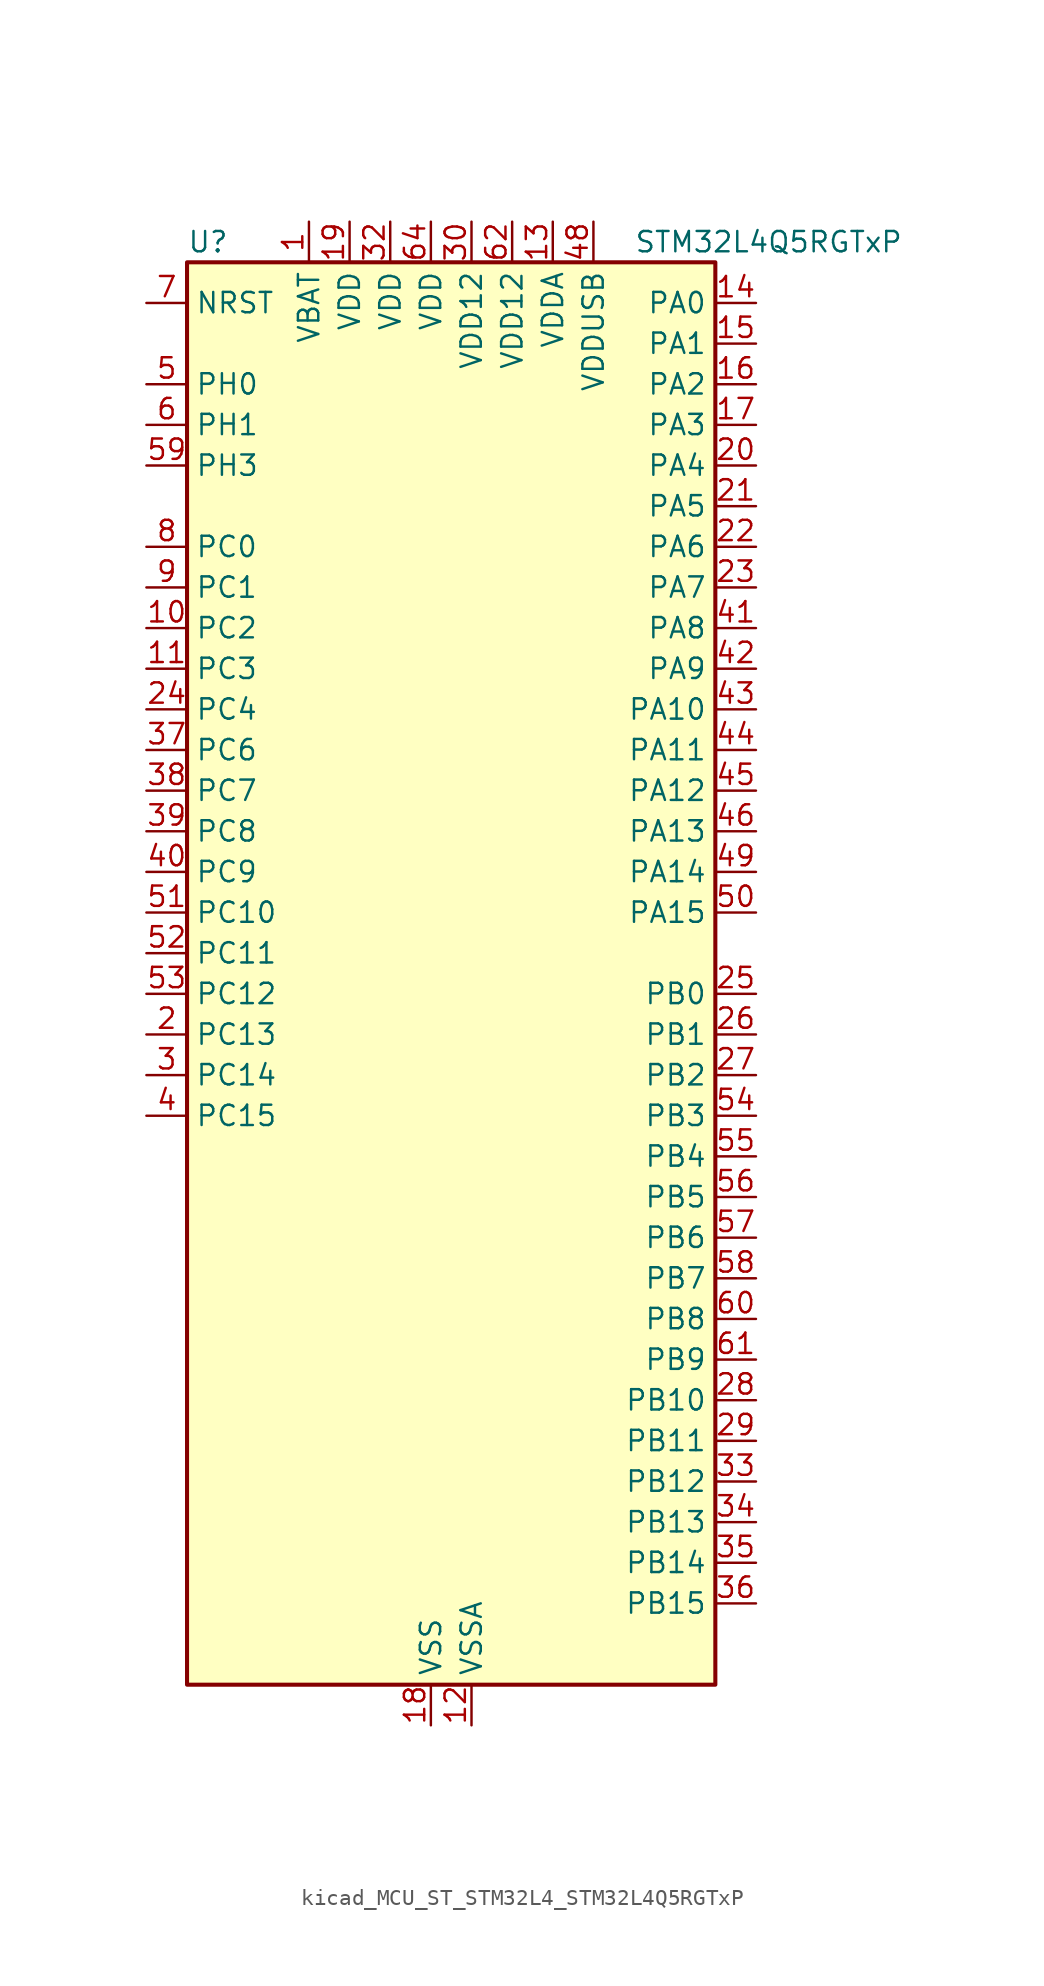
<source format=kicad_sym>
(kicad_symbol_lib
  (version 20220914)
  (generator kicad_symbol_editor)
  (symbol "kicad_MCU_ST_STM32L4_STM32L4Q5RGTxP"
    (property "Reference" "U"
      (at -15.24 46.99 0)
      (effects (font (size 1.27 1.27)) (justify left)))
    (property "Value" "STM32L4Q5RGTxP"
      (at 12.7 46.99 0)
      (effects (font (size 1.27 1.27)) (justify left)))
    (property "ki_locked" ""
      (at 0 0 0)
      (effects (font (size 1.27 1.27))))
    (symbol "kicad_MCU_ST_STM32L4_STM32L4Q5RGTxP_0_1"
      (rectangle (start -15.24 -43.18) (end 17.78 45.72) (stroke (width 0.254) (type default)) (fill (type background))))
    (symbol "kicad_MCU_ST_STM32L4_STM32L4Q5RGTxP_1_1"
      (pin power_in line (at -7.62 48.26 270) (length 2.54) (name "VBAT" (effects (font (size 1.27 1.27)))) (number "1" (effects (font (size 1.27 1.27)))))
      (pin bidirectional line (at -17.78 22.86 0) (length 2.54) (name "PC2" (effects (font (size 1.27 1.27)))) (number "10" (effects (font (size 1.27 1.27)))) (alternate "ADC1_IN3" bidirectional line) (alternate "ADC2_IN3" bidirectional line) (alternate "DFSDM1_CKOUT" bidirectional line) (alternate "LPTIM1_IN2" bidirectional line) (alternate "LTDC_HSYNC" bidirectional line) (alternate "OCTOSPIM_P1_IO5" bidirectional line) (alternate "SPI2_MISO" bidirectional line))
      (pin bidirectional line (at -17.78 20.32 0) (length 2.54) (name "PC3" (effects (font (size 1.27 1.27)))) (number "11" (effects (font (size 1.27 1.27)))) (alternate "ADC1_IN4" bidirectional line) (alternate "ADC2_IN4" bidirectional line) (alternate "LPTIM1_ETR" bidirectional line) (alternate "LPTIM2_ETR" bidirectional line) (alternate "OCTOSPIM_P1_IO6" bidirectional line) (alternate "SAI1_D1" bidirectional line) (alternate "SAI1_SD_A" bidirectional line) (alternate "SPI2_MOSI" bidirectional line))
      (pin power_in line (at 2.54 -45.72 90) (length 2.54) (name "VSSA" (effects (font (size 1.27 1.27)))) (number "12" (effects (font (size 1.27 1.27)))))
      (pin power_in line (at 7.62 48.26 270) (length 2.54) (name "VDDA" (effects (font (size 1.27 1.27)))) (number "13" (effects (font (size 1.27 1.27)))))
      (pin bidirectional line (at 20.32 43.18 180) (length 2.54) (name "PA0" (effects (font (size 1.27 1.27)))) (number "14" (effects (font (size 1.27 1.27)))) (alternate "ADC1_IN5" bidirectional line) (alternate "ADC2_IN5" bidirectional line) (alternate "OPAMP1_VINP" bidirectional line) (alternate "RTC_TAMP2" bidirectional line) (alternate "SAI1_EXTCLK" bidirectional line) (alternate "SYS_WKUP1" bidirectional line) (alternate "TIM2_CH1" bidirectional line) (alternate "TIM2_ETR" bidirectional line) (alternate "TIM5_CH1" bidirectional line) (alternate "TIM8_ETR" bidirectional line) (alternate "UART4_TX" bidirectional line) (alternate "USART2_CTS" bidirectional line) (alternate "USART2_NSS" bidirectional line))
      (pin bidirectional line (at 20.32 40.64 180) (length 2.54) (name "PA1" (effects (font (size 1.27 1.27)))) (number "15" (effects (font (size 1.27 1.27)))) (alternate "ADC1_IN6" bidirectional line) (alternate "ADC2_IN6" bidirectional line) (alternate "I2C1_SMBA" bidirectional line) (alternate "OCTOSPIM_P1_DQS" bidirectional line) (alternate "OPAMP1_VINM" bidirectional line) (alternate "SDMMC2_CMD" bidirectional line) (alternate "SPI1_SCK" bidirectional line) (alternate "TIM15_CH1N" bidirectional line) (alternate "TIM2_CH2" bidirectional line) (alternate "TIM5_CH2" bidirectional line) (alternate "UART4_RX" bidirectional line) (alternate "USART2_DE" bidirectional line) (alternate "USART2_RTS" bidirectional line))
      (pin bidirectional line (at 20.32 38.1 180) (length 2.54) (name "PA2" (effects (font (size 1.27 1.27)))) (number "16" (effects (font (size 1.27 1.27)))) (alternate "ADC1_IN7" bidirectional line) (alternate "ADC2_IN7" bidirectional line) (alternate "LPUART1_TX" bidirectional line) (alternate "OCTOSPIM_P1_NCS" bidirectional line) (alternate "RCC_LSCO" bidirectional line) (alternate "SAI2_EXTCLK" bidirectional line) (alternate "SYS_WKUP4" bidirectional line) (alternate "TIM15_CH1" bidirectional line) (alternate "TIM2_CH3" bidirectional line) (alternate "TIM5_CH3" bidirectional line) (alternate "USART2_TX" bidirectional line))
      (pin bidirectional line (at 20.32 35.56 180) (length 2.54) (name "PA3" (effects (font (size 1.27 1.27)))) (number "17" (effects (font (size 1.27 1.27)))) (alternate "ADC1_IN8" bidirectional line) (alternate "ADC2_IN8" bidirectional line) (alternate "LPUART1_RX" bidirectional line) (alternate "OCTOSPIM_P1_CLK" bidirectional line) (alternate "OPAMP1_VOUT" bidirectional line) (alternate "SAI1_CK1" bidirectional line) (alternate "SAI1_MCLK_A" bidirectional line) (alternate "TIM15_CH2" bidirectional line) (alternate "TIM2_CH4" bidirectional line) (alternate "TIM5_CH4" bidirectional line) (alternate "USART2_RX" bidirectional line))
      (pin power_in line (at 0 -45.72 90) (length 2.54) (name "VSS" (effects (font (size 1.27 1.27)))) (number "18" (effects (font (size 1.27 1.27)))))
      (pin power_in line (at -5.08 48.26 270) (length 2.54) (name "VDD" (effects (font (size 1.27 1.27)))) (number "19" (effects (font (size 1.27 1.27)))))
      (pin bidirectional line (at -17.78 -2.54 0) (length 2.54) (name "PC13" (effects (font (size 1.27 1.27)))) (number "2" (effects (font (size 1.27 1.27)))) (alternate "RTC_OUT1" bidirectional line) (alternate "RTC_TAMP1" bidirectional line) (alternate "RTC_TS" bidirectional line) (alternate "SYS_WKUP2" bidirectional line))
      (pin bidirectional line (at 20.32 33.02 180) (length 2.54) (name "PA4" (effects (font (size 1.27 1.27)))) (number "20" (effects (font (size 1.27 1.27)))) (alternate "ADC1_IN9" bidirectional line) (alternate "ADC2_IN9" bidirectional line) (alternate "DAC1_OUT1" bidirectional line) (alternate "DCMI_HSYNC" bidirectional line) (alternate "LPTIM2_OUT" bidirectional line) (alternate "LTDC_CLK" bidirectional line) (alternate "OCTOSPIM_P1_NCS" bidirectional line) (alternate "PSSI_DE" bidirectional line) (alternate "SAI1_FS_B" bidirectional line) (alternate "SPI1_NSS" bidirectional line) (alternate "SPI3_NSS" bidirectional line) (alternate "USART2_CK" bidirectional line))
      (pin bidirectional line (at 20.32 30.48 180) (length 2.54) (name "PA5" (effects (font (size 1.27 1.27)))) (number "21" (effects (font (size 1.27 1.27)))) (alternate "ADC1_IN10" bidirectional line) (alternate "ADC2_IN10" bidirectional line) (alternate "DAC1_OUT2" bidirectional line) (alternate "LPTIM2_ETR" bidirectional line) (alternate "LTDC_R7" bidirectional line) (alternate "PSSI_D14" bidirectional line) (alternate "SPI1_SCK" bidirectional line) (alternate "TIM2_CH1" bidirectional line) (alternate "TIM2_ETR" bidirectional line) (alternate "TIM8_CH1N" bidirectional line))
      (pin bidirectional line (at 20.32 27.94 180) (length 2.54) (name "PA6" (effects (font (size 1.27 1.27)))) (number "22" (effects (font (size 1.27 1.27)))) (alternate "ADC1_IN11" bidirectional line) (alternate "ADC2_IN11" bidirectional line) (alternate "DCMI_PIXCLK" bidirectional line) (alternate "LPUART1_CTS" bidirectional line) (alternate "OCTOSPIM_P1_IO3" bidirectional line) (alternate "OPAMP2_VINP" bidirectional line) (alternate "PSSI_PDCK" bidirectional line) (alternate "SPI1_MISO" bidirectional line) (alternate "TIM16_CH1" bidirectional line) (alternate "TIM1_BKIN" bidirectional line) (alternate "TIM3_CH1" bidirectional line) (alternate "TIM8_BKIN" bidirectional line) (alternate "USART3_CTS" bidirectional line) (alternate "USART3_NSS" bidirectional line))
      (pin bidirectional line (at 20.32 25.4 180) (length 2.54) (name "PA7" (effects (font (size 1.27 1.27)))) (number "23" (effects (font (size 1.27 1.27)))) (alternate "ADC1_IN12" bidirectional line) (alternate "ADC2_IN12" bidirectional line) (alternate "I2C3_SCL" bidirectional line) (alternate "OCTOSPIM_P1_IO2" bidirectional line) (alternate "OPAMP2_VINM" bidirectional line) (alternate "SPI1_MOSI" bidirectional line) (alternate "TIM17_CH1" bidirectional line) (alternate "TIM1_CH1N" bidirectional line) (alternate "TIM3_CH2" bidirectional line) (alternate "TIM8_CH1N" bidirectional line))
      (pin bidirectional line (at -17.78 17.78 0) (length 2.54) (name "PC4" (effects (font (size 1.27 1.27)))) (number "24" (effects (font (size 1.27 1.27)))) (alternate "ADC1_IN13" bidirectional line) (alternate "ADC2_IN13" bidirectional line) (alternate "COMP1_INM" bidirectional line) (alternate "OCTOSPIM_P1_IO7" bidirectional line) (alternate "OCTOSPIM_P2_NCS" bidirectional line) (alternate "USART3_TX" bidirectional line))
      (pin bidirectional line (at 20.32 0 180) (length 2.54) (name "PB0" (effects (font (size 1.27 1.27)))) (number "25" (effects (font (size 1.27 1.27)))) (alternate "ADC1_IN15" bidirectional line) (alternate "ADC2_IN15" bidirectional line) (alternate "COMP1_OUT" bidirectional line) (alternate "LTDC_B6" bidirectional line) (alternate "OCTOSPIM_P1_IO1" bidirectional line) (alternate "OPAMP2_VOUT" bidirectional line) (alternate "SAI1_EXTCLK" bidirectional line) (alternate "SPI1_NSS" bidirectional line) (alternate "TIM1_CH2N" bidirectional line) (alternate "TIM3_CH3" bidirectional line) (alternate "TIM8_CH2N" bidirectional line) (alternate "USART3_CK" bidirectional line))
      (pin bidirectional line (at 20.32 -2.54 180) (length 2.54) (name "PB1" (effects (font (size 1.27 1.27)))) (number "26" (effects (font (size 1.27 1.27)))) (alternate "ADC1_IN16" bidirectional line) (alternate "ADC2_IN16" bidirectional line) (alternate "COMP1_INM" bidirectional line) (alternate "DFSDM1_DATIN0" bidirectional line) (alternate "LPTIM2_IN1" bidirectional line) (alternate "LPUART1_DE" bidirectional line) (alternate "LPUART1_RTS" bidirectional line) (alternate "LTDC_G6" bidirectional line) (alternate "OCTOSPIM_P1_IO0" bidirectional line) (alternate "TIM1_CH3N" bidirectional line) (alternate "TIM3_CH4" bidirectional line) (alternate "TIM8_CH3N" bidirectional line) (alternate "USART3_DE" bidirectional line) (alternate "USART3_RTS" bidirectional line))
      (pin bidirectional line (at 20.32 -5.08 180) (length 2.54) (name "PB2" (effects (font (size 1.27 1.27)))) (number "27" (effects (font (size 1.27 1.27)))) (alternate "COMP1_INP" bidirectional line) (alternate "DFSDM1_CKIN0" bidirectional line) (alternate "I2C3_SMBA" bidirectional line) (alternate "LPTIM1_OUT" bidirectional line) (alternate "OCTOSPIM_P1_DQS" bidirectional line) (alternate "RTC_OUT2" bidirectional line))
      (pin bidirectional line (at 20.32 -25.4 180) (length 2.54) (name "PB10" (effects (font (size 1.27 1.27)))) (number "28" (effects (font (size 1.27 1.27)))) (alternate "COMP1_OUT" bidirectional line) (alternate "I2C2_SCL" bidirectional line) (alternate "I2C4_SCL" bidirectional line) (alternate "LPUART1_RX" bidirectional line) (alternate "OCTOSPIM_P1_CLK" bidirectional line) (alternate "OCTOSPIM_P1_IO3" bidirectional line) (alternate "SAI1_SCK_A" bidirectional line) (alternate "SPI2_SCK" bidirectional line) (alternate "TIM2_CH3" bidirectional line) (alternate "TSC_SYNC" bidirectional line) (alternate "USART3_TX" bidirectional line))
      (pin bidirectional line (at 20.32 -27.94 180) (length 2.54) (name "PB11" (effects (font (size 1.27 1.27)))) (number "29" (effects (font (size 1.27 1.27)))) (alternate "ADC1_EXTI11" bidirectional line) (alternate "ADC2_EXTI11" bidirectional line) (alternate "COMP2_OUT" bidirectional line) (alternate "I2C2_SDA" bidirectional line) (alternate "I2C4_SDA" bidirectional line) (alternate "LPUART1_TX" bidirectional line) (alternate "LTDC_VSYNC" bidirectional line) (alternate "OCTOSPIM_P1_NCS" bidirectional line) (alternate "TIM2_CH4" bidirectional line) (alternate "USART3_RX" bidirectional line))
      (pin bidirectional line (at -17.78 -5.08 0) (length 2.54) (name "PC14" (effects (font (size 1.27 1.27)))) (number "3" (effects (font (size 1.27 1.27)))) (alternate "RCC_OSC32_IN" bidirectional line))
      (pin power_in line (at 2.54 48.26 270) (length 2.54) (name "VDD12" (effects (font (size 1.27 1.27)))) (number "30" (effects (font (size 1.27 1.27)))))
      (pin passive line (at 0 -45.72 90) (length 2.54) hide (name "VSS" (effects (font (size 1.27 1.27)))) (number "31" (effects (font (size 1.27 1.27)))))
      (pin power_in line (at -2.54 48.26 270) (length 2.54) (name "VDD" (effects (font (size 1.27 1.27)))) (number "32" (effects (font (size 1.27 1.27)))))
      (pin bidirectional line (at 20.32 -30.48 180) (length 2.54) (name "PB12" (effects (font (size 1.27 1.27)))) (number "33" (effects (font (size 1.27 1.27)))) (alternate "DFSDM1_DATIN1" bidirectional line) (alternate "I2C2_SMBA" bidirectional line) (alternate "LPUART1_DE" bidirectional line) (alternate "LPUART1_RTS" bidirectional line) (alternate "OCTOSPIM_P1_NCLK" bidirectional line) (alternate "SAI2_FS_A" bidirectional line) (alternate "SDMMC2_CK" bidirectional line) (alternate "SPI2_NSS" bidirectional line) (alternate "TIM15_BKIN" bidirectional line) (alternate "TIM1_BKIN" bidirectional line) (alternate "TSC_G1_IO1" bidirectional line) (alternate "USART3_CK" bidirectional line))
      (pin bidirectional line (at 20.32 -33.02 180) (length 2.54) (name "PB13" (effects (font (size 1.27 1.27)))) (number "34" (effects (font (size 1.27 1.27)))) (alternate "DFSDM1_CKIN1" bidirectional line) (alternate "I2C2_SCL" bidirectional line) (alternate "LPUART1_CTS" bidirectional line) (alternate "OCTOSPIM_P1_IO1" bidirectional line) (alternate "SAI2_SCK_A" bidirectional line) (alternate "SPI2_SCK" bidirectional line) (alternate "TIM15_CH1N" bidirectional line) (alternate "TIM1_CH1N" bidirectional line) (alternate "TSC_G1_IO2" bidirectional line) (alternate "USART3_CTS" bidirectional line) (alternate "USART3_NSS" bidirectional line))
      (pin bidirectional line (at 20.32 -35.56 180) (length 2.54) (name "PB14" (effects (font (size 1.27 1.27)))) (number "35" (effects (font (size 1.27 1.27)))) (alternate "DFSDM1_DATIN2" bidirectional line) (alternate "I2C2_SDA" bidirectional line) (alternate "OCTOSPIM_P1_IO6" bidirectional line) (alternate "SAI2_MCLK_A" bidirectional line) (alternate "SDMMC2_D0" bidirectional line) (alternate "SPI2_MISO" bidirectional line) (alternate "TIM15_CH1" bidirectional line) (alternate "TIM1_CH2N" bidirectional line) (alternate "TIM8_CH2N" bidirectional line) (alternate "TSC_G1_IO3" bidirectional line) (alternate "USART3_DE" bidirectional line) (alternate "USART3_RTS" bidirectional line))
      (pin bidirectional line (at 20.32 -38.1 180) (length 2.54) (name "PB15" (effects (font (size 1.27 1.27)))) (number "36" (effects (font (size 1.27 1.27)))) (alternate "ADC1_EXTI15" bidirectional line) (alternate "ADC2_EXTI15" bidirectional line) (alternate "DFSDM1_CKIN2" bidirectional line) (alternate "OCTOSPIM_P1_IO7" bidirectional line) (alternate "RTC_REFIN" bidirectional line) (alternate "SAI2_SD_A" bidirectional line) (alternate "SDMMC2_D1" bidirectional line) (alternate "SPI2_MOSI" bidirectional line) (alternate "TIM15_CH2" bidirectional line) (alternate "TIM1_CH3N" bidirectional line) (alternate "TIM8_CH3N" bidirectional line) (alternate "TSC_G1_IO4" bidirectional line))
      (pin bidirectional line (at -17.78 15.24 0) (length 2.54) (name "PC6" (effects (font (size 1.27 1.27)))) (number "37" (effects (font (size 1.27 1.27)))) (alternate "DCMI_D0" bidirectional line) (alternate "DFSDM1_CKIN3" bidirectional line) (alternate "LTDC_G7" bidirectional line) (alternate "PSSI_D0" bidirectional line) (alternate "SAI2_MCLK_A" bidirectional line) (alternate "SDMMC1_D0DIR" bidirectional line) (alternate "SDMMC1_D6" bidirectional line) (alternate "SDMMC2_D6" bidirectional line) (alternate "TIM3_CH1" bidirectional line) (alternate "TIM8_CH1" bidirectional line) (alternate "TSC_G4_IO1" bidirectional line))
      (pin bidirectional line (at -17.78 12.7 0) (length 2.54) (name "PC7" (effects (font (size 1.27 1.27)))) (number "38" (effects (font (size 1.27 1.27)))) (alternate "DCMI_D1" bidirectional line) (alternate "DFSDM1_DATIN3" bidirectional line) (alternate "LTDC_B6" bidirectional line) (alternate "PSSI_D1" bidirectional line) (alternate "SAI2_MCLK_B" bidirectional line) (alternate "SDMMC1_D123DIR" bidirectional line) (alternate "SDMMC1_D7" bidirectional line) (alternate "SDMMC2_D7" bidirectional line) (alternate "TIM3_CH2" bidirectional line) (alternate "TIM8_CH2" bidirectional line) (alternate "TSC_G4_IO2" bidirectional line))
      (pin bidirectional line (at -17.78 10.16 0) (length 2.54) (name "PC8" (effects (font (size 1.27 1.27)))) (number "39" (effects (font (size 1.27 1.27)))) (alternate "DCMI_D2" bidirectional line) (alternate "PSSI_D2" bidirectional line) (alternate "SDMMC1_D0" bidirectional line) (alternate "TIM3_CH3" bidirectional line) (alternate "TIM8_CH3" bidirectional line) (alternate "TSC_G4_IO3" bidirectional line))
      (pin bidirectional line (at -17.78 -7.62 0) (length 2.54) (name "PC15" (effects (font (size 1.27 1.27)))) (number "4" (effects (font (size 1.27 1.27)))) (alternate "ADC1_EXTI15" bidirectional line) (alternate "ADC2_EXTI15" bidirectional line) (alternate "RCC_OSC32_OUT" bidirectional line))
      (pin bidirectional line (at -17.78 7.62 0) (length 2.54) (name "PC9" (effects (font (size 1.27 1.27)))) (number "40" (effects (font (size 1.27 1.27)))) (alternate "DAC1_EXTI9" bidirectional line) (alternate "DCMI_D3" bidirectional line) (alternate "I2C3_SDA" bidirectional line) (alternate "PSSI_D3" bidirectional line) (alternate "SAI2_EXTCLK" bidirectional line) (alternate "SDMMC1_D1" bidirectional line) (alternate "SYS_TRACED0" bidirectional line) (alternate "TIM3_CH4" bidirectional line) (alternate "TIM8_BKIN2" bidirectional line) (alternate "TIM8_CH4" bidirectional line) (alternate "TSC_G4_IO4" bidirectional line) (alternate "USB_OTG_FS_NOE" bidirectional line))
      (pin bidirectional line (at 20.32 22.86 180) (length 2.54) (name "PA8" (effects (font (size 1.27 1.27)))) (number "41" (effects (font (size 1.27 1.27)))) (alternate "LPTIM2_OUT" bidirectional line) (alternate "LTDC_B7" bidirectional line) (alternate "RCC_MCO" bidirectional line) (alternate "SAI1_CK2" bidirectional line) (alternate "SAI1_SCK_A" bidirectional line) (alternate "TIM1_CH1" bidirectional line) (alternate "USART1_CK" bidirectional line) (alternate "USB_OTG_FS_SOF" bidirectional line))
      (pin bidirectional line (at 20.32 20.32 180) (length 2.54) (name "PA9" (effects (font (size 1.27 1.27)))) (number "42" (effects (font (size 1.27 1.27)))) (alternate "DAC1_EXTI9" bidirectional line) (alternate "DCMI_D0" bidirectional line) (alternate "LTDC_G7" bidirectional line) (alternate "PSSI_D0" bidirectional line) (alternate "SAI1_FS_A" bidirectional line) (alternate "SPI2_SCK" bidirectional line) (alternate "TIM15_BKIN" bidirectional line) (alternate "TIM1_CH2" bidirectional line) (alternate "USART1_TX" bidirectional line) (alternate "USB_OTG_FS_VBUS" bidirectional line))
      (pin bidirectional line (at 20.32 17.78 180) (length 2.54) (name "PA10" (effects (font (size 1.27 1.27)))) (number "43" (effects (font (size 1.27 1.27)))) (alternate "DCMI_D1" bidirectional line) (alternate "LTDC_G6" bidirectional line) (alternate "PSSI_D1" bidirectional line) (alternate "SAI1_D1" bidirectional line) (alternate "SAI1_SD_A" bidirectional line) (alternate "TIM17_BKIN" bidirectional line) (alternate "TIM1_CH3" bidirectional line) (alternate "USART1_RX" bidirectional line) (alternate "USB_OTG_FS_ID" bidirectional line))
      (pin bidirectional line (at 20.32 15.24 180) (length 2.54) (name "PA11" (effects (font (size 1.27 1.27)))) (number "44" (effects (font (size 1.27 1.27)))) (alternate "ADC1_EXTI11" bidirectional line) (alternate "ADC2_EXTI11" bidirectional line) (alternate "CAN1_RX" bidirectional line) (alternate "LTDC_DE" bidirectional line) (alternate "SPI1_MISO" bidirectional line) (alternate "TIM1_BKIN2" bidirectional line) (alternate "TIM1_CH4" bidirectional line) (alternate "USART1_CTS" bidirectional line) (alternate "USART1_NSS" bidirectional line) (alternate "USB_OTG_FS_DM" bidirectional line))
      (pin bidirectional line (at 20.32 12.7 180) (length 2.54) (name "PA12" (effects (font (size 1.27 1.27)))) (number "45" (effects (font (size 1.27 1.27)))) (alternate "CAN1_TX" bidirectional line) (alternate "LTDC_VSYNC" bidirectional line) (alternate "OCTOSPIM_P2_NCS" bidirectional line) (alternate "SPI1_MOSI" bidirectional line) (alternate "TIM1_ETR" bidirectional line) (alternate "USART1_DE" bidirectional line) (alternate "USART1_RTS" bidirectional line) (alternate "USB_OTG_FS_DP" bidirectional line))
      (pin bidirectional line (at 20.32 10.16 180) (length 2.54) (name "PA13" (effects (font (size 1.27 1.27)))) (number "46" (effects (font (size 1.27 1.27)))) (alternate "IR_OUT" bidirectional line) (alternate "SAI1_SD_B" bidirectional line) (alternate "SYS_JTMS-SWDIO" bidirectional line) (alternate "USB_OTG_FS_NOE" bidirectional line))
      (pin passive line (at 0 -45.72 90) (length 2.54) hide (name "VSS" (effects (font (size 1.27 1.27)))) (number "47" (effects (font (size 1.27 1.27)))))
      (pin power_in line (at 10.16 48.26 270) (length 2.54) (name "VDDUSB" (effects (font (size 1.27 1.27)))) (number "48" (effects (font (size 1.27 1.27)))))
      (pin bidirectional line (at 20.32 7.62 180) (length 2.54) (name "PA14" (effects (font (size 1.27 1.27)))) (number "49" (effects (font (size 1.27 1.27)))) (alternate "I2C1_SMBA" bidirectional line) (alternate "I2C4_SMBA" bidirectional line) (alternate "LPTIM1_OUT" bidirectional line) (alternate "SAI1_FS_B" bidirectional line) (alternate "SYS_JTCK-SWCLK" bidirectional line) (alternate "USB_OTG_FS_SOF" bidirectional line))
      (pin bidirectional line (at -17.78 38.1 0) (length 2.54) (name "PH0" (effects (font (size 1.27 1.27)))) (number "5" (effects (font (size 1.27 1.27)))) (alternate "RCC_OSC_IN" bidirectional line))
      (pin bidirectional line (at 20.32 5.08 180) (length 2.54) (name "PA15" (effects (font (size 1.27 1.27)))) (number "50" (effects (font (size 1.27 1.27)))) (alternate "ADC1_EXTI15" bidirectional line) (alternate "ADC2_EXTI15" bidirectional line) (alternate "LTDC_HSYNC" bidirectional line) (alternate "SAI2_FS_B" bidirectional line) (alternate "SPI1_NSS" bidirectional line) (alternate "SPI3_NSS" bidirectional line) (alternate "SYS_JTDI" bidirectional line) (alternate "TIM2_CH1" bidirectional line) (alternate "TIM2_ETR" bidirectional line) (alternate "TSC_G3_IO1" bidirectional line) (alternate "UART4_DE" bidirectional line) (alternate "UART4_RTS" bidirectional line) (alternate "USART2_RX" bidirectional line) (alternate "USART3_DE" bidirectional line) (alternate "USART3_RTS" bidirectional line))
      (pin bidirectional line (at -17.78 5.08 0) (length 2.54) (name "PC10" (effects (font (size 1.27 1.27)))) (number "51" (effects (font (size 1.27 1.27)))) (alternate "DCMI_D8" bidirectional line) (alternate "DCMI_VSYNC" bidirectional line) (alternate "PSSI_D8" bidirectional line) (alternate "PSSI_RDY" bidirectional line) (alternate "SAI2_SCK_B" bidirectional line) (alternate "SDMMC1_D2" bidirectional line) (alternate "SPI3_SCK" bidirectional line) (alternate "SYS_TRACED1" bidirectional line) (alternate "TSC_G3_IO2" bidirectional line) (alternate "UART4_TX" bidirectional line) (alternate "USART3_TX" bidirectional line))
      (pin bidirectional line (at -17.78 2.54 0) (length 2.54) (name "PC11" (effects (font (size 1.27 1.27)))) (number "52" (effects (font (size 1.27 1.27)))) (alternate "ADC1_EXTI11" bidirectional line) (alternate "ADC2_EXTI11" bidirectional line) (alternate "DCMI_D2" bidirectional line) (alternate "DCMI_D4" bidirectional line) (alternate "OCTOSPIM_P1_NCS" bidirectional line) (alternate "PSSI_D2" bidirectional line) (alternate "PSSI_D4" bidirectional line) (alternate "SAI2_MCLK_B" bidirectional line) (alternate "SDMMC1_D3" bidirectional line) (alternate "SPI3_MISO" bidirectional line) (alternate "TSC_G3_IO3" bidirectional line) (alternate "UART4_RX" bidirectional line) (alternate "USART3_RX" bidirectional line))
      (pin bidirectional line (at -17.78 0 0) (length 2.54) (name "PC12" (effects (font (size 1.27 1.27)))) (number "53" (effects (font (size 1.27 1.27)))) (alternate "DCMI_D9" bidirectional line) (alternate "LTDC_R6" bidirectional line) (alternate "PSSI_D9" bidirectional line) (alternate "SAI2_SD_B" bidirectional line) (alternate "SDMMC1_CK" bidirectional line) (alternate "SPI3_MOSI" bidirectional line) (alternate "SYS_TRACED3" bidirectional line) (alternate "TSC_G3_IO4" bidirectional line) (alternate "USART3_CK" bidirectional line))
      (pin bidirectional line (at 20.32 -7.62 180) (length 2.54) (name "PB3" (effects (font (size 1.27 1.27)))) (number "54" (effects (font (size 1.27 1.27)))) (alternate "COMP2_INM" bidirectional line) (alternate "CRS_SYNC" bidirectional line) (alternate "OCTOSPIM_P1_IO4" bidirectional line) (alternate "SAI1_SCK_B" bidirectional line) (alternate "SDMMC2_D2" bidirectional line) (alternate "SPI1_SCK" bidirectional line) (alternate "SPI3_SCK" bidirectional line) (alternate "SYS_JTDO-SWO" bidirectional line) (alternate "TIM2_CH2" bidirectional line) (alternate "USART1_DE" bidirectional line) (alternate "USART1_RTS" bidirectional line))
      (pin bidirectional line (at 20.32 -10.16 180) (length 2.54) (name "PB4" (effects (font (size 1.27 1.27)))) (number "55" (effects (font (size 1.27 1.27)))) (alternate "COMP2_INP" bidirectional line) (alternate "DCMI_D12" bidirectional line) (alternate "I2C3_SDA" bidirectional line) (alternate "OCTOSPIM_P1_IO5" bidirectional line) (alternate "PSSI_D12" bidirectional line) (alternate "SAI1_MCLK_B" bidirectional line) (alternate "SDMMC2_D3" bidirectional line) (alternate "SPI1_MISO" bidirectional line) (alternate "SPI3_MISO" bidirectional line) (alternate "SYS_JTRST" bidirectional line) (alternate "TIM17_BKIN" bidirectional line) (alternate "TIM3_CH1" bidirectional line) (alternate "TSC_G2_IO1" bidirectional line) (alternate "USART1_CTS" bidirectional line) (alternate "USART1_NSS" bidirectional line))
      (pin bidirectional line (at 20.32 -12.7 180) (length 2.54) (name "PB5" (effects (font (size 1.27 1.27)))) (number "56" (effects (font (size 1.27 1.27)))) (alternate "COMP2_OUT" bidirectional line) (alternate "DCMI_D10" bidirectional line) (alternate "I2C1_SMBA" bidirectional line) (alternate "LPTIM1_IN1" bidirectional line) (alternate "OCTOSPIM_P1_IO0" bidirectional line) (alternate "PSSI_D10" bidirectional line) (alternate "SAI1_SD_B" bidirectional line) (alternate "SPI1_MOSI" bidirectional line) (alternate "SPI3_MOSI" bidirectional line) (alternate "TIM16_BKIN" bidirectional line) (alternate "TIM3_CH2" bidirectional line) (alternate "TSC_G2_IO2" bidirectional line) (alternate "USART1_CK" bidirectional line))
      (pin bidirectional line (at 20.32 -15.24 180) (length 2.54) (name "PB6" (effects (font (size 1.27 1.27)))) (number "57" (effects (font (size 1.27 1.27)))) (alternate "COMP2_INP" bidirectional line) (alternate "DCMI_D5" bidirectional line) (alternate "I2C1_SCL" bidirectional line) (alternate "I2C4_SCL" bidirectional line) (alternate "LPTIM1_ETR" bidirectional line) (alternate "LTDC_R6" bidirectional line) (alternate "PSSI_D5" bidirectional line) (alternate "SAI1_FS_B" bidirectional line) (alternate "TIM16_CH1N" bidirectional line) (alternate "TIM4_CH1" bidirectional line) (alternate "TIM8_BKIN2" bidirectional line) (alternate "TSC_G2_IO3" bidirectional line) (alternate "USART1_TX" bidirectional line))
      (pin bidirectional line (at 20.32 -17.78 180) (length 2.54) (name "PB7" (effects (font (size 1.27 1.27)))) (number "58" (effects (font (size 1.27 1.27)))) (alternate "COMP2_INM" bidirectional line) (alternate "DCMI_VSYNC" bidirectional line) (alternate "I2C1_SDA" bidirectional line) (alternate "I2C4_SDA" bidirectional line) (alternate "LPTIM1_IN2" bidirectional line) (alternate "LTDC_VSYNC" bidirectional line) (alternate "PSSI_RDY" bidirectional line) (alternate "SYS_PVD_IN" bidirectional line) (alternate "TIM17_CH1N" bidirectional line) (alternate "TIM4_CH2" bidirectional line) (alternate "TIM8_BKIN" bidirectional line) (alternate "TSC_G2_IO4" bidirectional line) (alternate "UART4_CTS" bidirectional line) (alternate "USART1_RX" bidirectional line))
      (pin bidirectional line (at -17.78 33.02 0) (length 2.54) (name "PH3" (effects (font (size 1.27 1.27)))) (number "59" (effects (font (size 1.27 1.27)))))
      (pin bidirectional line (at -17.78 35.56 0) (length 2.54) (name "PH1" (effects (font (size 1.27 1.27)))) (number "6" (effects (font (size 1.27 1.27)))) (alternate "RCC_OSC_OUT" bidirectional line))
      (pin bidirectional line (at 20.32 -20.32 180) (length 2.54) (name "PB8" (effects (font (size 1.27 1.27)))) (number "60" (effects (font (size 1.27 1.27)))) (alternate "CAN1_RX" bidirectional line) (alternate "DCMI_D6" bidirectional line) (alternate "DFSDM1_CKOUT" bidirectional line) (alternate "I2C1_SCL" bidirectional line) (alternate "LTDC_DE" bidirectional line) (alternate "PSSI_D6" bidirectional line) (alternate "SAI1_CK1" bidirectional line) (alternate "SAI1_MCLK_A" bidirectional line) (alternate "SDMMC1_CKIN" bidirectional line) (alternate "SDMMC1_D4" bidirectional line) (alternate "SDMMC2_D4" bidirectional line) (alternate "TIM16_CH1" bidirectional line) (alternate "TIM4_CH3" bidirectional line))
      (pin bidirectional line (at 20.32 -22.86 180) (length 2.54) (name "PB9" (effects (font (size 1.27 1.27)))) (number "61" (effects (font (size 1.27 1.27)))) (alternate "CAN1_TX" bidirectional line) (alternate "DAC1_EXTI9" bidirectional line) (alternate "DCMI_D7" bidirectional line) (alternate "I2C1_SDA" bidirectional line) (alternate "IR_OUT" bidirectional line) (alternate "PSSI_D7" bidirectional line) (alternate "SAI1_D2" bidirectional line) (alternate "SAI1_FS_A" bidirectional line) (alternate "SDMMC1_CDIR" bidirectional line) (alternate "SDMMC1_D5" bidirectional line) (alternate "SDMMC2_D5" bidirectional line) (alternate "SPI2_NSS" bidirectional line) (alternate "TIM17_CH1" bidirectional line) (alternate "TIM4_CH4" bidirectional line))
      (pin power_in line (at 5.08 48.26 270) (length 2.54) (name "VDD12" (effects (font (size 1.27 1.27)))) (number "62" (effects (font (size 1.27 1.27)))))
      (pin passive line (at 0 -45.72 90) (length 2.54) hide (name "VSS" (effects (font (size 1.27 1.27)))) (number "63" (effects (font (size 1.27 1.27)))))
      (pin power_in line (at 0 48.26 270) (length 2.54) (name "VDD" (effects (font (size 1.27 1.27)))) (number "64" (effects (font (size 1.27 1.27)))))
      (pin input line (at -17.78 43.18 0) (length 2.54) (name "NRST" (effects (font (size 1.27 1.27)))) (number "7" (effects (font (size 1.27 1.27)))))
      (pin bidirectional line (at -17.78 27.94 0) (length 2.54) (name "PC0" (effects (font (size 1.27 1.27)))) (number "8" (effects (font (size 1.27 1.27)))) (alternate "ADC1_IN1" bidirectional line) (alternate "ADC2_IN1" bidirectional line) (alternate "I2C3_SCL" bidirectional line) (alternate "LPTIM1_IN1" bidirectional line) (alternate "LPTIM2_IN1" bidirectional line) (alternate "LPUART1_RX" bidirectional line) (alternate "LTDC_DE" bidirectional line) (alternate "SAI2_FS_A" bidirectional line) (alternate "SDMMC1_CMD" bidirectional line) (alternate "SDMMC2_CKIN" bidirectional line))
      (pin bidirectional line (at -17.78 25.4 0) (length 2.54) (name "PC1" (effects (font (size 1.27 1.27)))) (number "9" (effects (font (size 1.27 1.27)))) (alternate "ADC1_IN2" bidirectional line) (alternate "ADC2_IN2" bidirectional line) (alternate "I2C3_SDA" bidirectional line) (alternate "LPTIM1_OUT" bidirectional line) (alternate "LPUART1_TX" bidirectional line) (alternate "OCTOSPIM_P1_IO4" bidirectional line) (alternate "SAI1_SD_A" bidirectional line) (alternate "SPI2_MOSI" bidirectional line) (alternate "SYS_TRACED0" bidirectional line)))))
</source>
